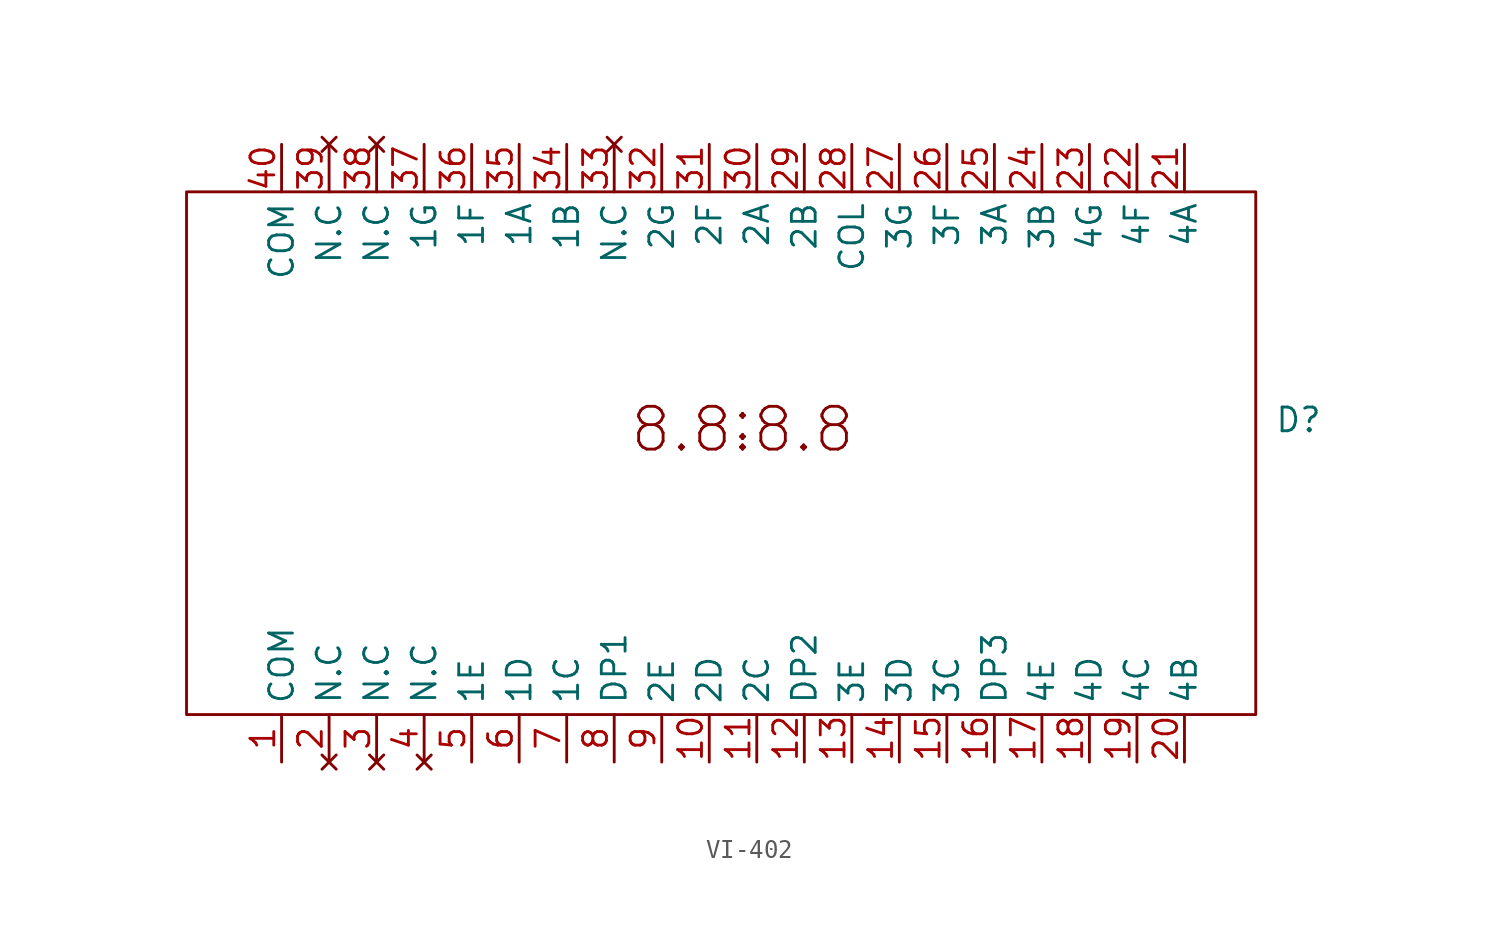
<source format=kicad_sym>
(kicad_symbol_lib
  (version 20241209)
  (generator "kicad_symbol_editor")
  (generator_version "9.0")
  (symbol "VI-402"
    (property "Reference" "D"
      (at 17.526 -12.192 0)
      (effects (font (size 1.27 1.27))))
    (property "Value" ""
      (at 0 0 0)
      (effects (font (size 1.27 1.27))))
    (symbol "VI-402_0_1"
      (rectangle (start -41.91 0) (end 15.24 -27.94) (stroke (width 0) (type default)) (fill (type none))))
    (symbol "VI-402_1_1"
      (text ":" (at -12.192 -12.192 0) (effects (font (size 2.159 2.159))))
      (text "8.8.8.8" (at -12.192 -12.7 0) (effects (font (size 2.286 2.286))))
      (pin input line (at -36.83 2.54 270) (length 2.54) (name "COM" (effects (font (size 1.27 1.27)))) (number "40" (effects (font (size 1.27 1.27)))))
      (pin input line (at -36.83 -30.48 90) (length 2.54) (name "COM" (effects (font (size 1.27 1.27)))) (number "1" (effects (font (size 1.27 1.27)))))
      (pin no_connect line (at -34.29 2.54 270) (length 2.54) (name "N.C" (effects (font (size 1.27 1.27)))) (number "39" (effects (font (size 1.27 1.27)))))
      (pin no_connect line (at -34.29 -30.48 90) (length 2.54) (name "N.C" (effects (font (size 1.27 1.27)))) (number "2" (effects (font (size 1.27 1.27)))))
      (pin no_connect line (at -31.75 2.54 270) (length 2.54) (name "N.C" (effects (font (size 1.27 1.27)))) (number "38" (effects (font (size 1.27 1.27)))))
      (pin no_connect line (at -31.75 -30.48 90) (length 2.54) (name "N.C" (effects (font (size 1.27 1.27)))) (number "3" (effects (font (size 1.27 1.27)))))
      (pin input line (at -29.21 2.54 270) (length 2.54) (name "1G" (effects (font (size 1.27 1.27)))) (number "37" (effects (font (size 1.27 1.27)))))
      (pin no_connect line (at -29.21 -30.48 90) (length 2.54) (name "N.C" (effects (font (size 1.27 1.27)))) (number "4" (effects (font (size 1.27 1.27)))))
      (pin input line (at -26.67 2.54 270) (length 2.54) (name "1F" (effects (font (size 1.27 1.27)))) (number "36" (effects (font (size 1.27 1.27)))))
      (pin input line (at -26.67 -30.48 90) (length 2.54) (name "1E" (effects (font (size 1.27 1.27)))) (number "5" (effects (font (size 1.27 1.27)))))
      (pin input line (at -24.13 2.54 270) (length 2.54) (name "1A" (effects (font (size 1.27 1.27)))) (number "35" (effects (font (size 1.27 1.27)))))
      (pin input line (at -24.13 -30.48 90) (length 2.54) (name "1D" (effects (font (size 1.27 1.27)))) (number "6" (effects (font (size 1.27 1.27)))))
      (pin input line (at -21.59 2.54 270) (length 2.54) (name "1B" (effects (font (size 1.27 1.27)))) (number "34" (effects (font (size 1.27 1.27)))))
      (pin input line (at -21.59 -30.48 90) (length 2.54) (name "1C" (effects (font (size 1.27 1.27)))) (number "7" (effects (font (size 1.27 1.27)))))
      (pin no_connect line (at -19.05 2.54 270) (length 2.54) (name "N.C" (effects (font (size 1.27 1.27)))) (number "33" (effects (font (size 1.27 1.27)))))
      (pin input line (at -19.05 -30.48 90) (length 2.54) (name "DP1" (effects (font (size 1.27 1.27)))) (number "8" (effects (font (size 1.27 1.27)))))
      (pin input line (at -16.51 2.54 270) (length 2.54) (name "2G" (effects (font (size 1.27 1.27)))) (number "32" (effects (font (size 1.27 1.27)))))
      (pin input line (at -16.51 -30.48 90) (length 2.54) (name "2E" (effects (font (size 1.27 1.27)))) (number "9" (effects (font (size 1.27 1.27)))))
      (pin input line (at -13.97 2.54 270) (length 2.54) (name "2F" (effects (font (size 1.27 1.27)))) (number "31" (effects (font (size 1.27 1.27)))))
      (pin input line (at -13.97 -30.48 90) (length 2.54) (name "2D" (effects (font (size 1.27 1.27)))) (number "10" (effects (font (size 1.27 1.27)))))
      (pin input line (at -11.43 2.54 270) (length 2.54) (name "2A" (effects (font (size 1.27 1.27)))) (number "30" (effects (font (size 1.27 1.27)))))
      (pin input line (at -11.43 -30.48 90) (length 2.54) (name "2C" (effects (font (size 1.27 1.27)))) (number "11" (effects (font (size 1.27 1.27)))))
      (pin input line (at -8.89 2.54 270) (length 2.54) (name "2B" (effects (font (size 1.27 1.27)))) (number "29" (effects (font (size 1.27 1.27)))))
      (pin input line (at -8.89 -30.48 90) (length 2.54) (name "DP2" (effects (font (size 1.27 1.27)))) (number "12" (effects (font (size 1.27 1.27)))))
      (pin input line (at -6.35 2.54 270) (length 2.54) (name "COL" (effects (font (size 1.27 1.27)))) (number "28" (effects (font (size 1.27 1.27)))))
      (pin input line (at -6.35 -30.48 90) (length 2.54) (name "3E" (effects (font (size 1.27 1.27)))) (number "13" (effects (font (size 1.27 1.27)))))
      (pin input line (at -3.81 2.54 270) (length 2.54) (name "3G" (effects (font (size 1.27 1.27)))) (number "27" (effects (font (size 1.27 1.27)))))
      (pin input line (at -3.81 -30.48 90) (length 2.54) (name "3D" (effects (font (size 1.27 1.27)))) (number "14" (effects (font (size 1.27 1.27)))))
      (pin input line (at -1.27 2.54 270) (length 2.54) (name "3F" (effects (font (size 1.27 1.27)))) (number "26" (effects (font (size 1.27 1.27)))))
      (pin input line (at -1.27 -30.48 90) (length 2.54) (name "3C" (effects (font (size 1.27 1.27)))) (number "15" (effects (font (size 1.27 1.27)))))
      (pin input line (at 1.27 2.54 270) (length 2.54) (name "3A" (effects (font (size 1.27 1.27)))) (number "25" (effects (font (size 1.27 1.27)))))
      (pin input line (at 1.27 -30.48 90) (length 2.54) (name "DP3" (effects (font (size 1.27 1.27)))) (number "16" (effects (font (size 1.27 1.27)))))
      (pin input line (at 3.81 2.54 270) (length 2.54) (name "3B" (effects (font (size 1.27 1.27)))) (number "24" (effects (font (size 1.27 1.27)))))
      (pin input line (at 3.81 -30.48 90) (length 2.54) (name "4E" (effects (font (size 1.27 1.27)))) (number "17" (effects (font (size 1.27 1.27)))))
      (pin input line (at 6.35 2.54 270) (length 2.54) (name "4G" (effects (font (size 1.27 1.27)))) (number "23" (effects (font (size 1.27 1.27)))))
      (pin input line (at 6.35 -30.48 90) (length 2.54) (name "4D" (effects (font (size 1.27 1.27)))) (number "18" (effects (font (size 1.27 1.27)))))
      (pin input line (at 8.89 2.54 270) (length 2.54) (name "4F" (effects (font (size 1.27 1.27)))) (number "22" (effects (font (size 1.27 1.27)))))
      (pin input line (at 8.89 -30.48 90) (length 2.54) (name "4C" (effects (font (size 1.27 1.27)))) (number "19" (effects (font (size 1.27 1.27)))))
      (pin input line (at 11.43 2.54 270) (length 2.54) (name "4A" (effects (font (size 1.27 1.27)))) (number "21" (effects (font (size 1.27 1.27)))))
      (pin input line (at 11.43 -30.48 90) (length 2.54) (name "4B" (effects (font (size 1.27 1.27)))) (number "20" (effects (font (size 1.27 1.27))))))))
</source>
